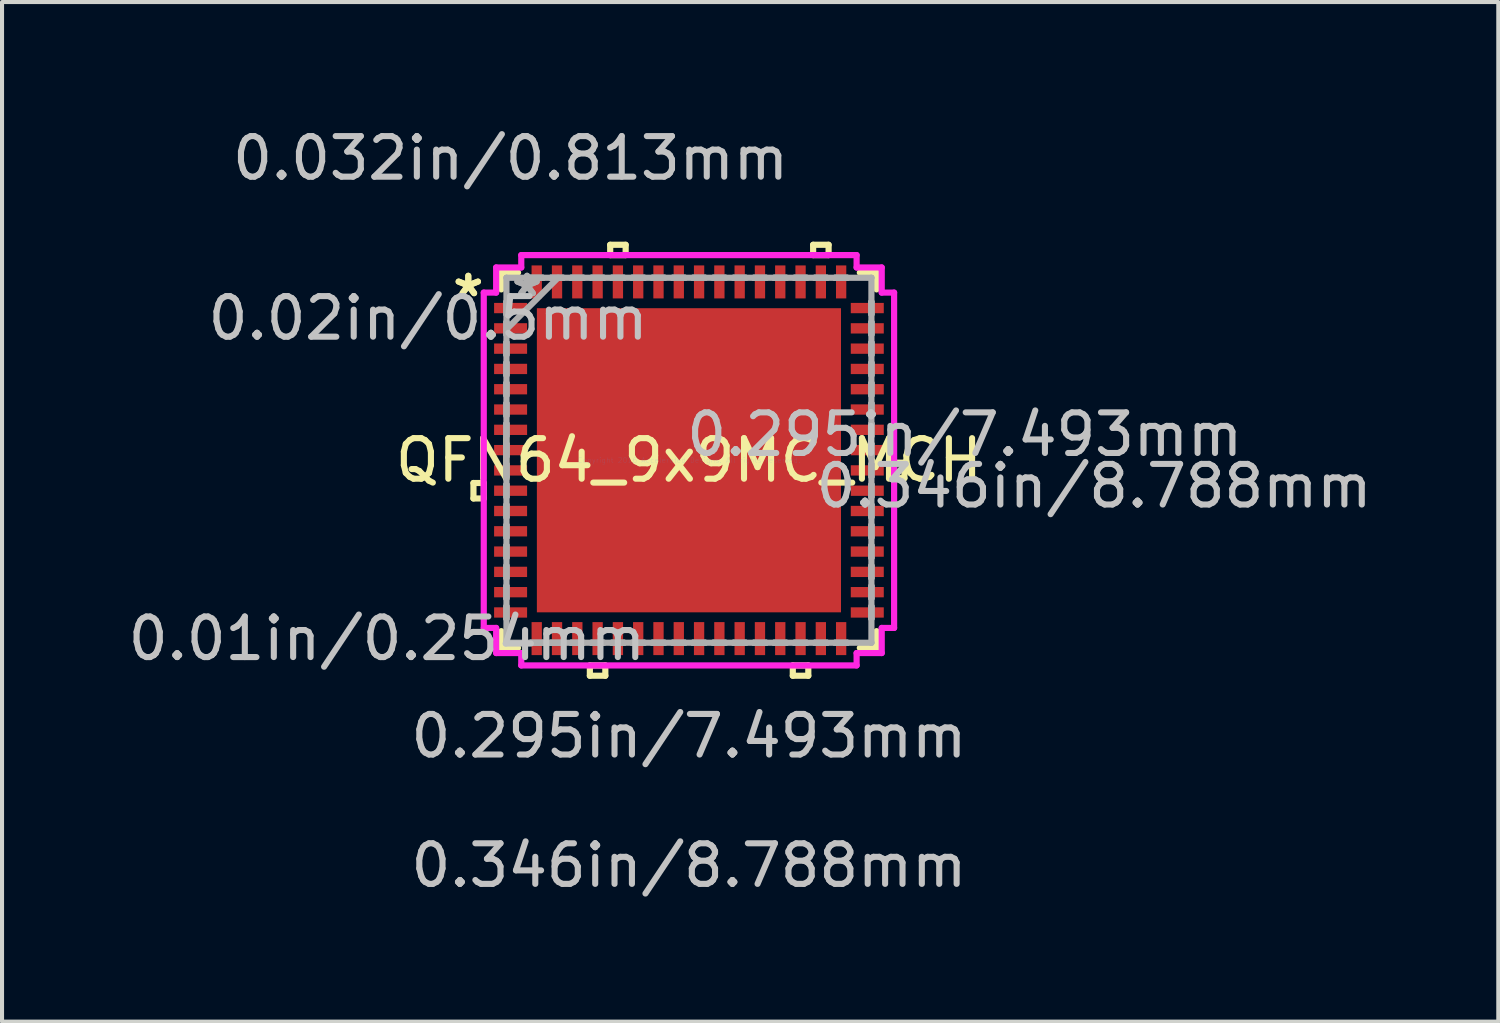
<source format=kicad_pcb>
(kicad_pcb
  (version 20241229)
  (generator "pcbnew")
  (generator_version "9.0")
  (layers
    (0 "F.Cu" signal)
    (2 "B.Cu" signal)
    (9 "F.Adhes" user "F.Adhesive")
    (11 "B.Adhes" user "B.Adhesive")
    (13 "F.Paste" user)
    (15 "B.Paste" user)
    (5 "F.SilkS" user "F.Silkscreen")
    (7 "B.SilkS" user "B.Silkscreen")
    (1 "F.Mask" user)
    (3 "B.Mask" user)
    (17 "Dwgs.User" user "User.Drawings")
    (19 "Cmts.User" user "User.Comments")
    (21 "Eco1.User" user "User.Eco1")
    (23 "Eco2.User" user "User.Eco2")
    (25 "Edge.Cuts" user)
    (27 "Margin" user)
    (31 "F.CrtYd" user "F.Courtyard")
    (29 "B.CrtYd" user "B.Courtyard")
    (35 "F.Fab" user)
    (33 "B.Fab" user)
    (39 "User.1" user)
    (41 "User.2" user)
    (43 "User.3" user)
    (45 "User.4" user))
  (footprint "QFN64_9x9MC_MCH"
    (layer "F.Cu")
    (at 13.924 8.29)
    (property "Reference" "QFN64_9x9MC_MCH" (at 0 0 0) (layer "F.SilkS") (effects (font (size 1 1) (thickness 0.15))))
    (attr smd)
    (fp_line (start -5.309 0.56) (end -5.309 0.941) (stroke (width 0.152) (type solid)) (layer "F.SilkS"))
    (fp_line (start -5.309 0.941) (end -5.055 0.941) (stroke (width 0.152) (type solid)) (layer "F.SilkS"))
    (fp_line (start -5.055 0.56) (end -5.309 0.56) (stroke (width 0.152) (type solid)) (layer "F.SilkS"))
    (fp_line (start -5.055 0.941) (end -5.055 0.56) (stroke (width 0.152) (type solid)) (layer "F.SilkS"))
    (fp_line (start -4.623 -4.623) (end -4.623 -4.21) (stroke (width 0.152) (type solid)) (layer "F.SilkS"))
    (fp_line (start -4.623 4.21) (end -4.623 4.623) (stroke (width 0.152) (type solid)) (layer "F.SilkS"))
    (fp_line (start -4.623 4.623) (end -4.21 4.623) (stroke (width 0.152) (type solid)) (layer "F.SilkS"))
    (fp_line (start -4.21 -4.623) (end -4.623 -4.623) (stroke (width 0.152) (type solid)) (layer "F.SilkS"))
    (fp_line (start -2.441 5.055) (end -2.441 5.309) (stroke (width 0.152) (type solid)) (layer "F.SilkS"))
    (fp_line (start -2.441 5.309) (end -2.06 5.309) (stroke (width 0.152) (type solid)) (layer "F.SilkS"))
    (fp_line (start -2.06 5.055) (end -2.441 5.055) (stroke (width 0.152) (type solid)) (layer "F.SilkS"))
    (fp_line (start -2.06 5.309) (end -2.06 5.055) (stroke (width 0.152) (type solid)) (layer "F.SilkS"))
    (fp_line (start -1.94 -5.309) (end -1.559 -5.309) (stroke (width 0.152) (type solid)) (layer "F.SilkS"))
    (fp_line (start -1.94 -5.055) (end -1.94 -5.309) (stroke (width 0.152) (type solid)) (layer "F.SilkS"))
    (fp_line (start -1.559 -5.309) (end -1.559 -5.055) (stroke (width 0.152) (type solid)) (layer "F.SilkS"))
    (fp_line (start -1.559 -5.055) (end -1.94 -5.055) (stroke (width 0.152) (type solid)) (layer "F.SilkS"))
    (fp_line (start 2.559 5.055) (end 2.559 5.309) (stroke (width 0.152) (type solid)) (layer "F.SilkS"))
    (fp_line (start 2.559 5.309) (end 2.941 5.309) (stroke (width 0.152) (type solid)) (layer "F.SilkS"))
    (fp_line (start 2.941 5.055) (end 2.559 5.055) (stroke (width 0.152) (type solid)) (layer "F.SilkS"))
    (fp_line (start 2.941 5.309) (end 2.941 5.055) (stroke (width 0.152) (type solid)) (layer "F.SilkS"))
    (fp_line (start 3.06 -5.309) (end 3.441 -5.309) (stroke (width 0.152) (type solid)) (layer "F.SilkS"))
    (fp_line (start 3.06 -5.055) (end 3.06 -5.309) (stroke (width 0.152) (type solid)) (layer "F.SilkS"))
    (fp_line (start 3.441 -5.309) (end 3.441 -5.055) (stroke (width 0.152) (type solid)) (layer "F.SilkS"))
    (fp_line (start 3.441 -5.055) (end 3.06 -5.055) (stroke (width 0.152) (type solid)) (layer "F.SilkS"))
    (fp_line (start 4.21 4.623) (end 4.623 4.623) (stroke (width 0.152) (type solid)) (layer "F.SilkS"))
    (fp_line (start 4.623 -4.623) (end 4.21 -4.623) (stroke (width 0.152) (type solid)) (layer "F.SilkS"))
    (fp_line (start 4.623 -4.21) (end 4.623 -4.623) (stroke (width 0.152) (type solid)) (layer "F.SilkS"))
    (fp_line (start 4.623 4.623) (end 4.623 4.21) (stroke (width 0.152) (type solid)) (layer "F.SilkS"))
    (fp_line (start 5.055 0.059) (end 5.309 0.059) (stroke (width 0.152) (type solid)) (layer "F.SilkS"))
    (fp_line (start 5.055 0.441) (end 5.055 0.059) (stroke (width 0.152) (type solid)) (layer "F.SilkS"))
    (fp_line (start 5.309 0.059) (end 5.309 0.441) (stroke (width 0.152) (type solid)) (layer "F.SilkS"))
    (fp_line (start 5.309 0.441) (end 5.055 0.441) (stroke (width 0.152) (type solid)) (layer "F.SilkS"))
    (fp_line (start -3.647 -3.647) (end -3.647 -2.348) (stroke (width 0.152) (type solid)) (layer "F.Paste"))
    (fp_line (start -3.647 -2.348) (end -2.348 -2.348) (stroke (width 0.152) (type solid)) (layer "F.Paste"))
    (fp_line (start -3.647 -2.148) (end -3.647 -0.849) (stroke (width 0.152) (type solid)) (layer "F.Paste"))
    (fp_line (start -3.647 -0.849) (end -2.348 -0.849) (stroke (width 0.152) (type solid)) (layer "F.Paste"))
    (fp_line (start -3.647 -0.649) (end -3.647 0.649) (stroke (width 0.152) (type solid)) (layer "F.Paste"))
    (fp_line (start -3.647 0.649) (end -2.348 0.649) (stroke (width 0.152) (type solid)) (layer "F.Paste"))
    (fp_line (start -3.647 0.849) (end -3.647 2.148) (stroke (width 0.152) (type solid)) (layer "F.Paste"))
    (fp_line (start -3.647 2.148) (end -2.348 2.148) (stroke (width 0.152) (type solid)) (layer "F.Paste"))
    (fp_line (start -3.647 2.348) (end -3.647 3.647) (stroke (width 0.152) (type solid)) (layer "F.Paste"))
    (fp_line (start -3.647 3.647) (end -2.348 3.647) (stroke (width 0.152) (type solid)) (layer "F.Paste"))
    (fp_line (start -2.348 -3.647) (end -3.647 -3.647) (stroke (width 0.152) (type solid)) (layer "F.Paste"))
    (fp_line (start -2.348 -2.348) (end -2.348 -3.647) (stroke (width 0.152) (type solid)) (layer "F.Paste"))
    (fp_line (start -2.348 -2.148) (end -3.647 -2.148) (stroke (width 0.152) (type solid)) (layer "F.Paste"))
    (fp_line (start -2.348 -0.849) (end -2.348 -2.148) (stroke (width 0.152) (type solid)) (layer "F.Paste"))
    (fp_line (start -2.348 -0.649) (end -3.647 -0.649) (stroke (width 0.152) (type solid)) (layer "F.Paste"))
    (fp_line (start -2.348 0.649) (end -2.348 -0.649) (stroke (width 0.152) (type solid)) (layer "F.Paste"))
    (fp_line (start -2.348 0.849) (end -3.647 0.849) (stroke (width 0.152) (type solid)) (layer "F.Paste"))
    (fp_line (start -2.348 2.148) (end -2.348 0.849) (stroke (width 0.152) (type solid)) (layer "F.Paste"))
    (fp_line (start -2.348 2.348) (end -3.647 2.348) (stroke (width 0.152) (type solid)) (layer "F.Paste"))
    (fp_line (start -2.348 3.647) (end -2.348 2.348) (stroke (width 0.152) (type solid)) (layer "F.Paste"))
    (fp_line (start -2.148 -3.647) (end -2.148 -2.348) (stroke (width 0.152) (type solid)) (layer "F.Paste"))
    (fp_line (start -2.148 -2.348) (end -0.849 -2.348) (stroke (width 0.152) (type solid)) (layer "F.Paste"))
    (fp_line (start -2.148 -2.148) (end -2.148 -0.849) (stroke (width 0.152) (type solid)) (layer "F.Paste"))
    (fp_line (start -2.148 -0.849) (end -0.849 -0.849) (stroke (width 0.152) (type solid)) (layer "F.Paste"))
    (fp_line (start -2.148 -0.649) (end -2.148 0.649) (stroke (width 0.152) (type solid)) (layer "F.Paste"))
    (fp_line (start -2.148 0.649) (end -0.849 0.649) (stroke (width 0.152) (type solid)) (layer "F.Paste"))
    (fp_line (start -2.148 0.849) (end -2.148 2.148) (stroke (width 0.152) (type solid)) (layer "F.Paste"))
    (fp_line (start -2.148 2.148) (end -0.849 2.148) (stroke (width 0.152) (type solid)) (layer "F.Paste"))
    (fp_line (start -2.148 2.348) (end -2.148 3.647) (stroke (width 0.152) (type solid)) (layer "F.Paste"))
    (fp_line (start -2.148 3.647) (end -0.849 3.647) (stroke (width 0.152) (type solid)) (layer "F.Paste"))
    (fp_line (start -0.849 -3.647) (end -2.148 -3.647) (stroke (width 0.152) (type solid)) (layer "F.Paste"))
    (fp_line (start -0.849 -2.348) (end -0.849 -3.647) (stroke (width 0.152) (type solid)) (layer "F.Paste"))
    (fp_line (start -0.849 -2.148) (end -2.148 -2.148) (stroke (width 0.152) (type solid)) (layer "F.Paste"))
    (fp_line (start -0.849 -0.849) (end -0.849 -2.148) (stroke (width 0.152) (type solid)) (layer "F.Paste"))
    (fp_line (start -0.849 -0.649) (end -2.148 -0.649) (stroke (width 0.152) (type solid)) (layer "F.Paste"))
    (fp_line (start -0.849 0.649) (end -0.849 -0.649) (stroke (width 0.152) (type solid)) (layer "F.Paste"))
    (fp_line (start -0.849 0.849) (end -2.148 0.849) (stroke (width 0.152) (type solid)) (layer "F.Paste"))
    (fp_line (start -0.849 2.148) (end -0.849 0.849) (stroke (width 0.152) (type solid)) (layer "F.Paste"))
    (fp_line (start -0.849 2.348) (end -2.148 2.348) (stroke (width 0.152) (type solid)) (layer "F.Paste"))
    (fp_line (start -0.849 3.647) (end -0.849 2.348) (stroke (width 0.152) (type solid)) (layer "F.Paste"))
    (fp_line (start -0.649 -3.647) (end -0.649 -2.348) (stroke (width 0.152) (type solid)) (layer "F.Paste"))
    (fp_line (start -0.649 -2.348) (end 0.649 -2.348) (stroke (width 0.152) (type solid)) (layer "F.Paste"))
    (fp_line (start -0.649 -2.148) (end -0.649 -0.849) (stroke (width 0.152) (type solid)) (layer "F.Paste"))
    (fp_line (start -0.649 -0.849) (end 0.649 -0.849) (stroke (width 0.152) (type solid)) (layer "F.Paste"))
    (fp_line (start -0.649 -0.649) (end -0.649 0.649) (stroke (width 0.152) (type solid)) (layer "F.Paste"))
    (fp_line (start -0.649 0.649) (end 0.649 0.649) (stroke (width 0.152) (type solid)) (layer "F.Paste"))
    (fp_line (start -0.649 0.849) (end -0.649 2.148) (stroke (width 0.152) (type solid)) (layer "F.Paste"))
    (fp_line (start -0.649 2.148) (end 0.649 2.148) (stroke (width 0.152) (type solid)) (layer "F.Paste"))
    (fp_line (start -0.649 2.348) (end -0.649 3.647) (stroke (width 0.152) (type solid)) (layer "F.Paste"))
    (fp_line (start -0.649 3.647) (end 0.649 3.647) (stroke (width 0.152) (type solid)) (layer "F.Paste"))
    (fp_line (start 0.649 -3.647) (end -0.649 -3.647) (stroke (width 0.152) (type solid)) (layer "F.Paste"))
    (fp_line (start 0.649 -2.348) (end 0.649 -3.647) (stroke (width 0.152) (type solid)) (layer "F.Paste"))
    (fp_line (start 0.649 -2.148) (end -0.649 -2.148) (stroke (width 0.152) (type solid)) (layer "F.Paste"))
    (fp_line (start 0.649 -0.849) (end 0.649 -2.148) (stroke (width 0.152) (type solid)) (layer "F.Paste"))
    (fp_line (start 0.649 -0.649) (end -0.649 -0.649) (stroke (width 0.152) (type solid)) (layer "F.Paste"))
    (fp_line (start 0.649 0.649) (end 0.649 -0.649) (stroke (width 0.152) (type solid)) (layer "F.Paste"))
    (fp_line (start 0.649 0.849) (end -0.649 0.849) (stroke (width 0.152) (type solid)) (layer "F.Paste"))
    (fp_line (start 0.649 2.148) (end 0.649 0.849) (stroke (width 0.152) (type solid)) (layer "F.Paste"))
    (fp_line (start 0.649 2.348) (end -0.649 2.348) (stroke (width 0.152) (type solid)) (layer "F.Paste"))
    (fp_line (start 0.649 3.647) (end 0.649 2.348) (stroke (width 0.152) (type solid)) (layer "F.Paste"))
    (fp_line (start 0.849 -3.647) (end 0.849 -2.348) (stroke (width 0.152) (type solid)) (layer "F.Paste"))
    (fp_line (start 0.849 -2.348) (end 2.148 -2.348) (stroke (width 0.152) (type solid)) (layer "F.Paste"))
    (fp_line (start 0.849 -2.148) (end 0.849 -0.849) (stroke (width 0.152) (type solid)) (layer "F.Paste"))
    (fp_line (start 0.849 -0.849) (end 2.148 -0.849) (stroke (width 0.152) (type solid)) (layer "F.Paste"))
    (fp_line (start 0.849 -0.649) (end 0.849 0.649) (stroke (width 0.152) (type solid)) (layer "F.Paste"))
    (fp_line (start 0.849 0.649) (end 2.148 0.649) (stroke (width 0.152) (type solid)) (layer "F.Paste"))
    (fp_line (start 0.849 0.849) (end 0.849 2.148) (stroke (width 0.152) (type solid)) (layer "F.Paste"))
    (fp_line (start 0.849 2.148) (end 2.148 2.148) (stroke (width 0.152) (type solid)) (layer "F.Paste"))
    (fp_line (start 0.849 2.348) (end 0.849 3.647) (stroke (width 0.152) (type solid)) (layer "F.Paste"))
    (fp_line (start 0.849 3.647) (end 2.148 3.647) (stroke (width 0.152) (type solid)) (layer "F.Paste"))
    (fp_line (start 2.148 -3.647) (end 0.849 -3.647) (stroke (width 0.152) (type solid)) (layer "F.Paste"))
    (fp_line (start 2.148 -2.348) (end 2.148 -3.647) (stroke (width 0.152) (type solid)) (layer "F.Paste"))
    (fp_line (start 2.148 -2.148) (end 0.849 -2.148) (stroke (width 0.152) (type solid)) (layer "F.Paste"))
    (fp_line (start 2.148 -0.849) (end 2.148 -2.148) (stroke (width 0.152) (type solid)) (layer "F.Paste"))
    (fp_line (start 2.148 -0.649) (end 0.849 -0.649) (stroke (width 0.152) (type solid)) (layer "F.Paste"))
    (fp_line (start 2.148 0.649) (end 2.148 -0.649) (stroke (width 0.152) (type solid)) (layer "F.Paste"))
    (fp_line (start 2.148 0.849) (end 0.849 0.849) (stroke (width 0.152) (type solid)) (layer "F.Paste"))
    (fp_line (start 2.148 2.148) (end 2.148 0.849) (stroke (width 0.152) (type solid)) (layer "F.Paste"))
    (fp_line (start 2.148 2.348) (end 0.849 2.348) (stroke (width 0.152) (type solid)) (layer "F.Paste"))
    (fp_line (start 2.148 3.647) (end 2.148 2.348) (stroke (width 0.152) (type solid)) (layer "F.Paste"))
    (fp_line (start 2.348 -3.647) (end 2.348 -2.348) (stroke (width 0.152) (type solid)) (layer "F.Paste"))
    (fp_line (start 2.348 -2.348) (end 3.647 -2.348) (stroke (width 0.152) (type solid)) (layer "F.Paste"))
    (fp_line (start 2.348 -2.148) (end 2.348 -0.849) (stroke (width 0.152) (type solid)) (layer "F.Paste"))
    (fp_line (start 2.348 -0.849) (end 3.647 -0.849) (stroke (width 0.152) (type solid)) (layer "F.Paste"))
    (fp_line (start 2.348 -0.649) (end 2.348 0.649) (stroke (width 0.152) (type solid)) (layer "F.Paste"))
    (fp_line (start 2.348 0.649) (end 3.647 0.649) (stroke (width 0.152) (type solid)) (layer "F.Paste"))
    (fp_line (start 2.348 0.849) (end 2.348 2.148) (stroke (width 0.152) (type solid)) (layer "F.Paste"))
    (fp_line (start 2.348 2.148) (end 3.647 2.148) (stroke (width 0.152) (type solid)) (layer "F.Paste"))
    (fp_line (start 2.348 2.348) (end 2.348 3.647) (stroke (width 0.152) (type solid)) (layer "F.Paste"))
    (fp_line (start 2.348 3.647) (end 3.647 3.647) (stroke (width 0.152) (type solid)) (layer "F.Paste"))
    (fp_line (start 3.647 -3.647) (end 2.348 -3.647) (stroke (width 0.152) (type solid)) (layer "F.Paste"))
    (fp_line (start 3.647 -2.348) (end 3.647 -3.647) (stroke (width 0.152) (type solid)) (layer "F.Paste"))
    (fp_line (start 3.647 -2.148) (end 2.348 -2.148) (stroke (width 0.152) (type solid)) (layer "F.Paste"))
    (fp_line (start 3.647 -0.849) (end 3.647 -2.148) (stroke (width 0.152) (type solid)) (layer "F.Paste"))
    (fp_line (start 3.647 -0.649) (end 2.348 -0.649) (stroke (width 0.152) (type solid)) (layer "F.Paste"))
    (fp_line (start 3.647 0.649) (end 3.647 -0.649) (stroke (width 0.152) (type solid)) (layer "F.Paste"))
    (fp_line (start 3.647 0.849) (end 2.348 0.849) (stroke (width 0.152) (type solid)) (layer "F.Paste"))
    (fp_line (start 3.647 2.148) (end 3.647 0.849) (stroke (width 0.152) (type solid)) (layer "F.Paste"))
    (fp_line (start 3.647 2.348) (end 2.348 2.348) (stroke (width 0.152) (type solid)) (layer "F.Paste"))
    (fp_line (start 3.647 3.647) (end 3.647 2.348) (stroke (width 0.152) (type solid)) (layer "F.Paste"))
    (fp_line (start -5.055 -4.131) (end -4.75 -4.131) (stroke (width 0.152) (type solid)) (layer "F.CrtYd"))
    (fp_line (start -5.055 4.131) (end -5.055 -4.131) (stroke (width 0.152) (type solid)) (layer "F.CrtYd"))
    (fp_line (start -4.75 -4.75) (end -4.131 -4.75) (stroke (width 0.152) (type solid)) (layer "F.CrtYd"))
    (fp_line (start -4.75 -4.131) (end -4.75 -4.75) (stroke (width 0.152) (type solid)) (layer "F.CrtYd"))
    (fp_line (start -4.75 4.131) (end -5.055 4.131) (stroke (width 0.152) (type solid)) (layer "F.CrtYd"))
    (fp_line (start -4.75 4.75) (end -4.75 4.131) (stroke (width 0.152) (type solid)) (layer "F.CrtYd"))
    (fp_line (start -4.131 -5.055) (end 4.131 -5.055) (stroke (width 0.152) (type solid)) (layer "F.CrtYd"))
    (fp_line (start -4.131 -4.75) (end -4.131 -5.055) (stroke (width 0.152) (type solid)) (layer "F.CrtYd"))
    (fp_line (start -4.131 4.75) (end -4.75 4.75) (stroke (width 0.152) (type solid)) (layer "F.CrtYd"))
    (fp_line (start -4.131 5.055) (end -4.131 4.75) (stroke (width 0.152) (type solid)) (layer "F.CrtYd"))
    (fp_line (start 4.131 -5.055) (end 4.131 -4.75) (stroke (width 0.152) (type solid)) (layer "F.CrtYd"))
    (fp_line (start 4.131 -4.75) (end 4.75 -4.75) (stroke (width 0.152) (type solid)) (layer "F.CrtYd"))
    (fp_line (start 4.131 4.75) (end 4.131 5.055) (stroke (width 0.152) (type solid)) (layer "F.CrtYd"))
    (fp_line (start 4.131 5.055) (end -4.131 5.055) (stroke (width 0.152) (type solid)) (layer "F.CrtYd"))
    (fp_line (start 4.75 -4.75) (end 4.75 -4.131) (stroke (width 0.152) (type solid)) (layer "F.CrtYd"))
    (fp_line (start 4.75 -4.131) (end 5.055 -4.131) (stroke (width 0.152) (type solid)) (layer "F.CrtYd"))
    (fp_line (start 4.75 4.131) (end 4.75 4.75) (stroke (width 0.152) (type solid)) (layer "F.CrtYd"))
    (fp_line (start 4.75 4.75) (end 4.131 4.75) (stroke (width 0.152) (type solid)) (layer "F.CrtYd"))
    (fp_line (start 5.055 -4.131) (end 5.055 4.131) (stroke (width 0.152) (type solid)) (layer "F.CrtYd"))
    (fp_line (start 5.055 4.131) (end 4.75 4.131) (stroke (width 0.152) (type solid)) (layer "F.CrtYd"))
    (fp_line (start -4.496 -4.496) (end -4.496 -4.496) (stroke (width 0.152) (type solid)) (layer "F.Fab"))
    (fp_line (start -4.496 -4.496) (end -4.496 4.496) (stroke (width 0.152) (type solid)) (layer "F.Fab"))
    (fp_line (start -4.496 -3.902) (end -4.496 -3.902) (stroke (width 0.152) (type solid)) (layer "F.Fab"))
    (fp_line (start -4.496 -3.902) (end -4.496 -3.598) (stroke (width 0.152) (type solid)) (layer "F.Fab"))
    (fp_line (start -4.496 -3.598) (end -4.496 -3.902) (stroke (width 0.152) (type solid)) (layer "F.Fab"))
    (fp_line (start -4.496 -3.598) (end -4.496 -3.598) (stroke (width 0.152) (type solid)) (layer "F.Fab"))
    (fp_line (start -4.496 -3.402) (end -4.496 -3.402) (stroke (width 0.152) (type solid)) (layer "F.Fab"))
    (fp_line (start -4.496 -3.402) (end -4.496 -3.098) (stroke (width 0.152) (type solid)) (layer "F.Fab"))
    (fp_line (start -4.496 -3.226) (end -3.226 -4.496) (stroke (width 0.152) (type solid)) (layer "F.Fab"))
    (fp_line (start -4.496 -3.098) (end -4.496 -3.402) (stroke (width 0.152) (type solid)) (layer "F.Fab"))
    (fp_line (start -4.496 -3.098) (end -4.496 -3.098) (stroke (width 0.152) (type solid)) (layer "F.Fab"))
    (fp_line (start -4.496 -2.902) (end -4.496 -2.902) (stroke (width 0.152) (type solid)) (layer "F.Fab"))
    (fp_line (start -4.496 -2.902) (end -4.496 -2.598) (stroke (width 0.152) (type solid)) (layer "F.Fab"))
    (fp_line (start -4.496 -2.598) (end -4.496 -2.902) (stroke (width 0.152) (type solid)) (layer "F.Fab"))
    (fp_line (start -4.496 -2.598) (end -4.496 -2.598) (stroke (width 0.152) (type solid)) (layer "F.Fab"))
    (fp_line (start -4.496 -2.402) (end -4.496 -2.402) (stroke (width 0.152) (type solid)) (layer "F.Fab"))
    (fp_line (start -4.496 -2.402) (end -4.496 -2.098) (stroke (width 0.152) (type solid)) (layer "F.Fab"))
    (fp_line (start -4.496 -2.098) (end -4.496 -2.402) (stroke (width 0.152) (type solid)) (layer "F.Fab"))
    (fp_line (start -4.496 -2.098) (end -4.496 -2.098) (stroke (width 0.152) (type solid)) (layer "F.Fab"))
    (fp_line (start -4.496 -1.902) (end -4.496 -1.902) (stroke (width 0.152) (type solid)) (layer "F.Fab"))
    (fp_line (start -4.496 -1.902) (end -4.496 -1.598) (stroke (width 0.152) (type solid)) (layer "F.Fab"))
    (fp_line (start -4.496 -1.598) (end -4.496 -1.902) (stroke (width 0.152) (type solid)) (layer "F.Fab"))
    (fp_line (start -4.496 -1.598) (end -4.496 -1.598) (stroke (width 0.152) (type solid)) (layer "F.Fab"))
    (fp_line (start -4.496 -1.402) (end -4.496 -1.402) (stroke (width 0.152) (type solid)) (layer "F.Fab"))
    (fp_line (start -4.496 -1.402) (end -4.496 -1.098) (stroke (width 0.152) (type solid)) (layer "F.Fab"))
    (fp_line (start -4.496 -1.098) (end -4.496 -1.402) (stroke (width 0.152) (type solid)) (layer "F.Fab"))
    (fp_line (start -4.496 -1.098) (end -4.496 -1.098) (stroke (width 0.152) (type solid)) (layer "F.Fab"))
    (fp_line (start -4.496 -0.902) (end -4.496 -0.902) (stroke (width 0.152) (type solid)) (layer "F.Fab"))
    (fp_line (start -4.496 -0.902) (end -4.496 -0.598) (stroke (width 0.152) (type solid)) (layer "F.Fab"))
    (fp_line (start -4.496 -0.598) (end -4.496 -0.902) (stroke (width 0.152) (type solid)) (layer "F.Fab"))
    (fp_line (start -4.496 -0.598) (end -4.496 -0.598) (stroke (width 0.152) (type solid)) (layer "F.Fab"))
    (fp_line (start -4.496 -0.402) (end -4.496 -0.402) (stroke (width 0.152) (type solid)) (layer "F.Fab"))
    (fp_line (start -4.496 -0.402) (end -4.496 -0.098) (stroke (width 0.152) (type solid)) (layer "F.Fab"))
    (fp_line (start -4.496 -0.098) (end -4.496 -0.402) (stroke (width 0.152) (type solid)) (layer "F.Fab"))
    (fp_line (start -4.496 -0.098) (end -4.496 -0.098) (stroke (width 0.152) (type solid)) (layer "F.Fab"))
    (fp_line (start -4.496 0.098) (end -4.496 0.098) (stroke (width 0.152) (type solid)) (layer "F.Fab"))
    (fp_line (start -4.496 0.098) (end -4.496 0.402) (stroke (width 0.152) (type solid)) (layer "F.Fab"))
    (fp_line (start -4.496 0.402) (end -4.496 0.098) (stroke (width 0.152) (type solid)) (layer "F.Fab"))
    (fp_line (start -4.496 0.402) (end -4.496 0.402) (stroke (width 0.152) (type solid)) (layer "F.Fab"))
    (fp_line (start -4.496 0.598) (end -4.496 0.598) (stroke (width 0.152) (type solid)) (layer "F.Fab"))
    (fp_line (start -4.496 0.598) (end -4.496 0.902) (stroke (width 0.152) (type solid)) (layer "F.Fab"))
    (fp_line (start -4.496 0.902) (end -4.496 0.598) (stroke (width 0.152) (type solid)) (layer "F.Fab"))
    (fp_line (start -4.496 0.902) (end -4.496 0.902) (stroke (width 0.152) (type solid)) (layer "F.Fab"))
    (fp_line (start -4.496 1.098) (end -4.496 1.098) (stroke (width 0.152) (type solid)) (layer "F.Fab"))
    (fp_line (start -4.496 1.098) (end -4.496 1.402) (stroke (width 0.152) (type solid)) (layer "F.Fab"))
    (fp_line (start -4.496 1.402) (end -4.496 1.098) (stroke (width 0.152) (type solid)) (layer "F.Fab"))
    (fp_line (start -4.496 1.402) (end -4.496 1.402) (stroke (width 0.152) (type solid)) (layer "F.Fab"))
    (fp_line (start -4.496 1.598) (end -4.496 1.598) (stroke (width 0.152) (type solid)) (layer "F.Fab"))
    (fp_line (start -4.496 1.598) (end -4.496 1.902) (stroke (width 0.152) (type solid)) (layer "F.Fab"))
    (fp_line (start -4.496 1.902) (end -4.496 1.598) (stroke (width 0.152) (type solid)) (layer "F.Fab"))
    (fp_line (start -4.496 1.902) (end -4.496 1.902) (stroke (width 0.152) (type solid)) (layer "F.Fab"))
    (fp_line (start -4.496 2.098) (end -4.496 2.098) (stroke (width 0.152) (type solid)) (layer "F.Fab"))
    (fp_line (start -4.496 2.098) (end -4.496 2.402) (stroke (width 0.152) (type solid)) (layer "F.Fab"))
    (fp_line (start -4.496 2.402) (end -4.496 2.098) (stroke (width 0.152) (type solid)) (layer "F.Fab"))
    (fp_line (start -4.496 2.402) (end -4.496 2.402) (stroke (width 0.152) (type solid)) (layer "F.Fab"))
    (fp_line (start -4.496 2.598) (end -4.496 2.598) (stroke (width 0.152) (type solid)) (layer "F.Fab"))
    (fp_line (start -4.496 2.598) (end -4.496 2.902) (stroke (width 0.152) (type solid)) (layer "F.Fab"))
    (fp_line (start -4.496 2.902) (end -4.496 2.598) (stroke (width 0.152) (type solid)) (layer "F.Fab"))
    (fp_line (start -4.496 2.902) (end -4.496 2.902) (stroke (width 0.152) (type solid)) (layer "F.Fab"))
    (fp_line (start -4.496 3.098) (end -4.496 3.098) (stroke (width 0.152) (type solid)) (layer "F.Fab"))
    (fp_line (start -4.496 3.098) (end -4.496 3.402) (stroke (width 0.152) (type solid)) (layer "F.Fab"))
    (fp_line (start -4.496 3.402) (end -4.496 3.098) (stroke (width 0.152) (type solid)) (layer "F.Fab"))
    (fp_line (start -4.496 3.402) (end -4.496 3.402) (stroke (width 0.152) (type solid)) (layer "F.Fab"))
    (fp_line (start -4.496 3.598) (end -4.496 3.598) (stroke (width 0.152) (type solid)) (layer "F.Fab"))
    (fp_line (start -4.496 3.598) (end -4.496 3.902) (stroke (width 0.152) (type solid)) (layer "F.Fab"))
    (fp_line (start -4.496 3.902) (end -4.496 3.598) (stroke (width 0.152) (type solid)) (layer "F.Fab"))
    (fp_line (start -4.496 3.902) (end -4.496 3.902) (stroke (width 0.152) (type solid)) (layer "F.Fab"))
    (fp_line (start -4.496 4.496) (end -4.496 4.496) (stroke (width 0.152) (type solid)) (layer "F.Fab"))
    (fp_line (start -4.496 4.496) (end 4.496 4.496) (stroke (width 0.152) (type solid)) (layer "F.Fab"))
    (fp_line (start -3.902 -4.496) (end -3.902 -4.496) (stroke (width 0.152) (type solid)) (layer "F.Fab"))
    (fp_line (start -3.902 -4.496) (end -3.598 -4.496) (stroke (width 0.152) (type solid)) (layer "F.Fab"))
    (fp_line (start -3.902 4.496) (end -3.902 4.496) (stroke (width 0.152) (type solid)) (layer "F.Fab"))
    (fp_line (start -3.902 4.496) (end -3.598 4.496) (stroke (width 0.152) (type solid)) (layer "F.Fab"))
    (fp_line (start -3.598 -4.496) (end -3.902 -4.496) (stroke (width 0.152) (type solid)) (layer "F.Fab"))
    (fp_line (start -3.598 -4.496) (end -3.598 -4.496) (stroke (width 0.152) (type solid)) (layer "F.Fab"))
    (fp_line (start -3.598 4.496) (end -3.902 4.496) (stroke (width 0.152) (type solid)) (layer "F.Fab"))
    (fp_line (start -3.598 4.496) (end -3.598 4.496) (stroke (width 0.152) (type solid)) (layer "F.Fab"))
    (fp_line (start -3.402 -4.496) (end -3.402 -4.496) (stroke (width 0.152) (type solid)) (layer "F.Fab"))
    (fp_line (start -3.402 -4.496) (end -3.098 -4.496) (stroke (width 0.152) (type solid)) (layer "F.Fab"))
    (fp_line (start -3.402 4.496) (end -3.402 4.496) (stroke (width 0.152) (type solid)) (layer "F.Fab"))
    (fp_line (start -3.402 4.496) (end -3.098 4.496) (stroke (width 0.152) (type solid)) (layer "F.Fab"))
    (fp_line (start -3.098 -4.496) (end -3.402 -4.496) (stroke (width 0.152) (type solid)) (layer "F.Fab"))
    (fp_line (start -3.098 -4.496) (end -3.098 -4.496) (stroke (width 0.152) (type solid)) (layer "F.Fab"))
    (fp_line (start -3.098 4.496) (end -3.402 4.496) (stroke (width 0.152) (type solid)) (layer "F.Fab"))
    (fp_line (start -3.098 4.496) (end -3.098 4.496) (stroke (width 0.152) (type solid)) (layer "F.Fab"))
    (fp_line (start -2.902 -4.496) (end -2.902 -4.496) (stroke (width 0.152) (type solid)) (layer "F.Fab"))
    (fp_line (start -2.902 -4.496) (end -2.598 -4.496) (stroke (width 0.152) (type solid)) (layer "F.Fab"))
    (fp_line (start -2.902 4.496) (end -2.902 4.496) (stroke (width 0.152) (type solid)) (layer "F.Fab"))
    (fp_line (start -2.902 4.496) (end -2.598 4.496) (stroke (width 0.152) (type solid)) (layer "F.Fab"))
    (fp_line (start -2.598 -4.496) (end -2.902 -4.496) (stroke (width 0.152) (type solid)) (layer "F.Fab"))
    (fp_line (start -2.598 -4.496) (end -2.598 -4.496) (stroke (width 0.152) (type solid)) (layer "F.Fab"))
    (fp_line (start -2.598 4.496) (end -2.902 4.496) (stroke (width 0.152) (type solid)) (layer "F.Fab"))
    (fp_line (start -2.598 4.496) (end -2.598 4.496) (stroke (width 0.152) (type solid)) (layer "F.Fab"))
    (fp_line (start -2.402 -4.496) (end -2.402 -4.496) (stroke (width 0.152) (type solid)) (layer "F.Fab"))
    (fp_line (start -2.402 -4.496) (end -2.098 -4.496) (stroke (width 0.152) (type solid)) (layer "F.Fab"))
    (fp_line (start -2.402 4.496) (end -2.402 4.496) (stroke (width 0.152) (type solid)) (layer "F.Fab"))
    (fp_line (start -2.402 4.496) (end -2.098 4.496) (stroke (width 0.152) (type solid)) (layer "F.Fab"))
    (fp_line (start -2.098 -4.496) (end -2.402 -4.496) (stroke (width 0.152) (type solid)) (layer "F.Fab"))
    (fp_line (start -2.098 -4.496) (end -2.098 -4.496) (stroke (width 0.152) (type solid)) (layer "F.Fab"))
    (fp_line (start -2.098 4.496) (end -2.402 4.496) (stroke (width 0.152) (type solid)) (layer "F.Fab"))
    (fp_line (start -2.098 4.496) (end -2.098 4.496) (stroke (width 0.152) (type solid)) (layer "F.Fab"))
    (fp_line (start -1.902 -4.496) (end -1.902 -4.496) (stroke (width 0.152) (type solid)) (layer "F.Fab"))
    (fp_line (start -1.902 -4.496) (end -1.598 -4.496) (stroke (width 0.152) (type solid)) (layer "F.Fab"))
    (fp_line (start -1.902 4.496) (end -1.902 4.496) (stroke (width 0.152) (type solid)) (layer "F.Fab"))
    (fp_line (start -1.902 4.496) (end -1.598 4.496) (stroke (width 0.152) (type solid)) (layer "F.Fab"))
    (fp_line (start -1.598 -4.496) (end -1.902 -4.496) (stroke (width 0.152) (type solid)) (layer "F.Fab"))
    (fp_line (start -1.598 -4.496) (end -1.598 -4.496) (stroke (width 0.152) (type solid)) (layer "F.Fab"))
    (fp_line (start -1.598 4.496) (end -1.902 4.496) (stroke (width 0.152) (type solid)) (layer "F.Fab"))
    (fp_line (start -1.598 4.496) (end -1.598 4.496) (stroke (width 0.152) (type solid)) (layer "F.Fab"))
    (fp_line (start -1.402 -4.496) (end -1.402 -4.496) (stroke (width 0.152) (type solid)) (layer "F.Fab"))
    (fp_line (start -1.402 -4.496) (end -1.098 -4.496) (stroke (width 0.152) (type solid)) (layer "F.Fab"))
    (fp_line (start -1.402 4.496) (end -1.402 4.496) (stroke (width 0.152) (type solid)) (layer "F.Fab"))
    (fp_line (start -1.402 4.496) (end -1.098 4.496) (stroke (width 0.152) (type solid)) (layer "F.Fab"))
    (fp_line (start -1.098 -4.496) (end -1.402 -4.496) (stroke (width 0.152) (type solid)) (layer "F.Fab"))
    (fp_line (start -1.098 -4.496) (end -1.098 -4.496) (stroke (width 0.152) (type solid)) (layer "F.Fab"))
    (fp_line (start -1.098 4.496) (end -1.402 4.496) (stroke (width 0.152) (type solid)) (layer "F.Fab"))
    (fp_line (start -1.098 4.496) (end -1.098 4.496) (stroke (width 0.152) (type solid)) (layer "F.Fab"))
    (fp_line (start -0.902 -4.496) (end -0.902 -4.496) (stroke (width 0.152) (type solid)) (layer "F.Fab"))
    (fp_line (start -0.902 -4.496) (end -0.598 -4.496) (stroke (width 0.152) (type solid)) (layer "F.Fab"))
    (fp_line (start -0.902 4.496) (end -0.902 4.496) (stroke (width 0.152) (type solid)) (layer "F.Fab"))
    (fp_line (start -0.902 4.496) (end -0.598 4.496) (stroke (width 0.152) (type solid)) (layer "F.Fab"))
    (fp_line (start -0.598 -4.496) (end -0.902 -4.496) (stroke (width 0.152) (type solid)) (layer "F.Fab"))
    (fp_line (start -0.598 -4.496) (end -0.598 -4.496) (stroke (width 0.152) (type solid)) (layer "F.Fab"))
    (fp_line (start -0.598 4.496) (end -0.902 4.496) (stroke (width 0.152) (type solid)) (layer "F.Fab"))
    (fp_line (start -0.598 4.496) (end -0.598 4.496) (stroke (width 0.152) (type solid)) (layer "F.Fab"))
    (fp_line (start -0.402 -4.496) (end -0.402 -4.496) (stroke (width 0.152) (type solid)) (layer "F.Fab"))
    (fp_line (start -0.402 -4.496) (end -0.098 -4.496) (stroke (width 0.152) (type solid)) (layer "F.Fab"))
    (fp_line (start -0.402 4.496) (end -0.402 4.496) (stroke (width 0.152) (type solid)) (layer "F.Fab"))
    (fp_line (start -0.402 4.496) (end -0.098 4.496) (stroke (width 0.152) (type solid)) (layer "F.Fab"))
    (fp_line (start -0.098 -4.496) (end -0.402 -4.496) (stroke (width 0.152) (type solid)) (layer "F.Fab"))
    (fp_line (start -0.098 -4.496) (end -0.098 -4.496) (stroke (width 0.152) (type solid)) (layer "F.Fab"))
    (fp_line (start -0.098 4.496) (end -0.402 4.496) (stroke (width 0.152) (type solid)) (layer "F.Fab"))
    (fp_line (start -0.098 4.496) (end -0.098 4.496) (stroke (width 0.152) (type solid)) (layer "F.Fab"))
    (fp_line (start 0.098 -4.496) (end 0.098 -4.496) (stroke (width 0.152) (type solid)) (layer "F.Fab"))
    (fp_line (start 0.098 -4.496) (end 0.402 -4.496) (stroke (width 0.152) (type solid)) (layer "F.Fab"))
    (fp_line (start 0.098 4.496) (end 0.098 4.496) (stroke (width 0.152) (type solid)) (layer "F.Fab"))
    (fp_line (start 0.098 4.496) (end 0.402 4.496) (stroke (width 0.152) (type solid)) (layer "F.Fab"))
    (fp_line (start 0.402 -4.496) (end 0.098 -4.496) (stroke (width 0.152) (type solid)) (layer "F.Fab"))
    (fp_line (start 0.402 -4.496) (end 0.402 -4.496) (stroke (width 0.152) (type solid)) (layer "F.Fab"))
    (fp_line (start 0.402 4.496) (end 0.098 4.496) (stroke (width 0.152) (type solid)) (layer "F.Fab"))
    (fp_line (start 0.402 4.496) (end 0.402 4.496) (stroke (width 0.152) (type solid)) (layer "F.Fab"))
    (fp_line (start 0.598 -4.496) (end 0.598 -4.496) (stroke (width 0.152) (type solid)) (layer "F.Fab"))
    (fp_line (start 0.598 -4.496) (end 0.902 -4.496) (stroke (width 0.152) (type solid)) (layer "F.Fab"))
    (fp_line (start 0.598 4.496) (end 0.598 4.496) (stroke (width 0.152) (type solid)) (layer "F.Fab"))
    (fp_line (start 0.598 4.496) (end 0.902 4.496) (stroke (width 0.152) (type solid)) (layer "F.Fab"))
    (fp_line (start 0.902 -4.496) (end 0.598 -4.496) (stroke (width 0.152) (type solid)) (layer "F.Fab"))
    (fp_line (start 0.902 -4.496) (end 0.902 -4.496) (stroke (width 0.152) (type solid)) (layer "F.Fab"))
    (fp_line (start 0.902 4.496) (end 0.598 4.496) (stroke (width 0.152) (type solid)) (layer "F.Fab"))
    (fp_line (start 0.902 4.496) (end 0.902 4.496) (stroke (width 0.152) (type solid)) (layer "F.Fab"))
    (fp_line (start 1.098 -4.496) (end 1.098 -4.496) (stroke (width 0.152) (type solid)) (layer "F.Fab"))
    (fp_line (start 1.098 -4.496) (end 1.402 -4.496) (stroke (width 0.152) (type solid)) (layer "F.Fab"))
    (fp_line (start 1.098 4.496) (end 1.098 4.496) (stroke (width 0.152) (type solid)) (layer "F.Fab"))
    (fp_line (start 1.098 4.496) (end 1.402 4.496) (stroke (width 0.152) (type solid)) (layer "F.Fab"))
    (fp_line (start 1.402 -4.496) (end 1.098 -4.496) (stroke (width 0.152) (type solid)) (layer "F.Fab"))
    (fp_line (start 1.402 -4.496) (end 1.402 -4.496) (stroke (width 0.152) (type solid)) (layer "F.Fab"))
    (fp_line (start 1.402 4.496) (end 1.098 4.496) (stroke (width 0.152) (type solid)) (layer "F.Fab"))
    (fp_line (start 1.402 4.496) (end 1.402 4.496) (stroke (width 0.152) (type solid)) (layer "F.Fab"))
    (fp_line (start 1.598 -4.496) (end 1.598 -4.496) (stroke (width 0.152) (type solid)) (layer "F.Fab"))
    (fp_line (start 1.598 -4.496) (end 1.902 -4.496) (stroke (width 0.152) (type solid)) (layer "F.Fab"))
    (fp_line (start 1.598 4.496) (end 1.598 4.496) (stroke (width 0.152) (type solid)) (layer "F.Fab"))
    (fp_line (start 1.598 4.496) (end 1.902 4.496) (stroke (width 0.152) (type solid)) (layer "F.Fab"))
    (fp_line (start 1.902 -4.496) (end 1.598 -4.496) (stroke (width 0.152) (type solid)) (layer "F.Fab"))
    (fp_line (start 1.902 -4.496) (end 1.902 -4.496) (stroke (width 0.152) (type solid)) (layer "F.Fab"))
    (fp_line (start 1.902 4.496) (end 1.598 4.496) (stroke (width 0.152) (type solid)) (layer "F.Fab"))
    (fp_line (start 1.902 4.496) (end 1.902 4.496) (stroke (width 0.152) (type solid)) (layer "F.Fab"))
    (fp_line (start 2.098 -4.496) (end 2.098 -4.496) (stroke (width 0.152) (type solid)) (layer "F.Fab"))
    (fp_line (start 2.098 -4.496) (end 2.402 -4.496) (stroke (width 0.152) (type solid)) (layer "F.Fab"))
    (fp_line (start 2.098 4.496) (end 2.098 4.496) (stroke (width 0.152) (type solid)) (layer "F.Fab"))
    (fp_line (start 2.098 4.496) (end 2.402 4.496) (stroke (width 0.152) (type solid)) (layer "F.Fab"))
    (fp_line (start 2.402 -4.496) (end 2.098 -4.496) (stroke (width 0.152) (type solid)) (layer "F.Fab"))
    (fp_line (start 2.402 -4.496) (end 2.402 -4.496) (stroke (width 0.152) (type solid)) (layer "F.Fab"))
    (fp_line (start 2.402 4.496) (end 2.098 4.496) (stroke (width 0.152) (type solid)) (layer "F.Fab"))
    (fp_line (start 2.402 4.496) (end 2.402 4.496) (stroke (width 0.152) (type solid)) (layer "F.Fab"))
    (fp_line (start 2.598 -4.496) (end 2.598 -4.496) (stroke (width 0.152) (type solid)) (layer "F.Fab"))
    (fp_line (start 2.598 -4.496) (end 2.902 -4.496) (stroke (width 0.152) (type solid)) (layer "F.Fab"))
    (fp_line (start 2.598 4.496) (end 2.598 4.496) (stroke (width 0.152) (type solid)) (layer "F.Fab"))
    (fp_line (start 2.598 4.496) (end 2.902 4.496) (stroke (width 0.152) (type solid)) (layer "F.Fab"))
    (fp_line (start 2.902 -4.496) (end 2.598 -4.496) (stroke (width 0.152) (type solid)) (layer "F.Fab"))
    (fp_line (start 2.902 -4.496) (end 2.902 -4.496) (stroke (width 0.152) (type solid)) (layer "F.Fab"))
    (fp_line (start 2.902 4.496) (end 2.598 4.496) (stroke (width 0.152) (type solid)) (layer "F.Fab"))
    (fp_line (start 2.902 4.496) (end 2.902 4.496) (stroke (width 0.152) (type solid)) (layer "F.Fab"))
    (fp_line (start 3.098 -4.496) (end 3.098 -4.496) (stroke (width 0.152) (type solid)) (layer "F.Fab"))
    (fp_line (start 3.098 -4.496) (end 3.402 -4.496) (stroke (width 0.152) (type solid)) (layer "F.Fab"))
    (fp_line (start 3.098 4.496) (end 3.098 4.496) (stroke (width 0.152) (type solid)) (layer "F.Fab"))
    (fp_line (start 3.098 4.496) (end 3.402 4.496) (stroke (width 0.152) (type solid)) (layer "F.Fab"))
    (fp_line (start 3.402 -4.496) (end 3.098 -4.496) (stroke (width 0.152) (type solid)) (layer "F.Fab"))
    (fp_line (start 3.402 -4.496) (end 3.402 -4.496) (stroke (width 0.152) (type solid)) (layer "F.Fab"))
    (fp_line (start 3.402 4.496) (end 3.098 4.496) (stroke (width 0.152) (type solid)) (layer "F.Fab"))
    (fp_line (start 3.402 4.496) (end 3.402 4.496) (stroke (width 0.152) (type solid)) (layer "F.Fab"))
    (fp_line (start 3.598 -4.496) (end 3.598 -4.496) (stroke (width 0.152) (type solid)) (layer "F.Fab"))
    (fp_line (start 3.598 -4.496) (end 3.902 -4.496) (stroke (width 0.152) (type solid)) (layer "F.Fab"))
    (fp_line (start 3.598 4.496) (end 3.598 4.496) (stroke (width 0.152) (type solid)) (layer "F.Fab"))
    (fp_line (start 3.598 4.496) (end 3.902 4.496) (stroke (width 0.152) (type solid)) (layer "F.Fab"))
    (fp_line (start 3.902 -4.496) (end 3.598 -4.496) (stroke (width 0.152) (type solid)) (layer "F.Fab"))
    (fp_line (start 3.902 -4.496) (end 3.902 -4.496) (stroke (width 0.152) (type solid)) (layer "F.Fab"))
    (fp_line (start 3.902 4.496) (end 3.598 4.496) (stroke (width 0.152) (type solid)) (layer "F.Fab"))
    (fp_line (start 3.902 4.496) (end 3.902 4.496) (stroke (width 0.152) (type solid)) (layer "F.Fab"))
    (fp_line (start 4.496 -4.496) (end -4.496 -4.496) (stroke (width 0.152) (type solid)) (layer "F.Fab"))
    (fp_line (start 4.496 -4.496) (end 4.496 -4.496) (stroke (width 0.152) (type solid)) (layer "F.Fab"))
    (fp_line (start 4.496 -3.902) (end 4.496 -3.902) (stroke (width 0.152) (type solid)) (layer "F.Fab"))
    (fp_line (start 4.496 -3.902) (end 4.496 -3.598) (stroke (width 0.152) (type solid)) (layer "F.Fab"))
    (fp_line (start 4.496 -3.598) (end 4.496 -3.902) (stroke (width 0.152) (type solid)) (layer "F.Fab"))
    (fp_line (start 4.496 -3.598) (end 4.496 -3.598) (stroke (width 0.152) (type solid)) (layer "F.Fab"))
    (fp_line (start 4.496 -3.402) (end 4.496 -3.402) (stroke (width 0.152) (type solid)) (layer "F.Fab"))
    (fp_line (start 4.496 -3.402) (end 4.496 -3.098) (stroke (width 0.152) (type solid)) (layer "F.Fab"))
    (fp_line (start 4.496 -3.098) (end 4.496 -3.402) (stroke (width 0.152) (type solid)) (layer "F.Fab"))
    (fp_line (start 4.496 -3.098) (end 4.496 -3.098) (stroke (width 0.152) (type solid)) (layer "F.Fab"))
    (fp_line (start 4.496 -2.902) (end 4.496 -2.902) (stroke (width 0.152) (type solid)) (layer "F.Fab"))
    (fp_line (start 4.496 -2.902) (end 4.496 -2.598) (stroke (width 0.152) (type solid)) (layer "F.Fab"))
    (fp_line (start 4.496 -2.598) (end 4.496 -2.902) (stroke (width 0.152) (type solid)) (layer "F.Fab"))
    (fp_line (start 4.496 -2.598) (end 4.496 -2.598) (stroke (width 0.152) (type solid)) (layer "F.Fab"))
    (fp_line (start 4.496 -2.402) (end 4.496 -2.402) (stroke (width 0.152) (type solid)) (layer "F.Fab"))
    (fp_line (start 4.496 -2.402) (end 4.496 -2.098) (stroke (width 0.152) (type solid)) (layer "F.Fab"))
    (fp_line (start 4.496 -2.098) (end 4.496 -2.402) (stroke (width 0.152) (type solid)) (layer "F.Fab"))
    (fp_line (start 4.496 -2.098) (end 4.496 -2.098) (stroke (width 0.152) (type solid)) (layer "F.Fab"))
    (fp_line (start 4.496 -1.902) (end 4.496 -1.902) (stroke (width 0.152) (type solid)) (layer "F.Fab"))
    (fp_line (start 4.496 -1.902) (end 4.496 -1.598) (stroke (width 0.152) (type solid)) (layer "F.Fab"))
    (fp_line (start 4.496 -1.598) (end 4.496 -1.902) (stroke (width 0.152) (type solid)) (layer "F.Fab"))
    (fp_line (start 4.496 -1.598) (end 4.496 -1.598) (stroke (width 0.152) (type solid)) (layer "F.Fab"))
    (fp_line (start 4.496 -1.402) (end 4.496 -1.402) (stroke (width 0.152) (type solid)) (layer "F.Fab"))
    (fp_line (start 4.496 -1.402) (end 4.496 -1.098) (stroke (width 0.152) (type solid)) (layer "F.Fab"))
    (fp_line (start 4.496 -1.098) (end 4.496 -1.402) (stroke (width 0.152) (type solid)) (layer "F.Fab"))
    (fp_line (start 4.496 -1.098) (end 4.496 -1.098) (stroke (width 0.152) (type solid)) (layer "F.Fab"))
    (fp_line (start 4.496 -0.902) (end 4.496 -0.902) (stroke (width 0.152) (type solid)) (layer "F.Fab"))
    (fp_line (start 4.496 -0.902) (end 4.496 -0.598) (stroke (width 0.152) (type solid)) (layer "F.Fab"))
    (fp_line (start 4.496 -0.598) (end 4.496 -0.902) (stroke (width 0.152) (type solid)) (layer "F.Fab"))
    (fp_line (start 4.496 -0.598) (end 4.496 -0.598) (stroke (width 0.152) (type solid)) (layer "F.Fab"))
    (fp_line (start 4.496 -0.402) (end 4.496 -0.402) (stroke (width 0.152) (type solid)) (layer "F.Fab"))
    (fp_line (start 4.496 -0.402) (end 4.496 -0.098) (stroke (width 0.152) (type solid)) (layer "F.Fab"))
    (fp_line (start 4.496 -0.098) (end 4.496 -0.402) (stroke (width 0.152) (type solid)) (layer "F.Fab"))
    (fp_line (start 4.496 -0.098) (end 4.496 -0.098) (stroke (width 0.152) (type solid)) (layer "F.Fab"))
    (fp_line (start 4.496 0.098) (end 4.496 0.098) (stroke (width 0.152) (type solid)) (layer "F.Fab"))
    (fp_line (start 4.496 0.098) (end 4.496 0.402) (stroke (width 0.152) (type solid)) (layer "F.Fab"))
    (fp_line (start 4.496 0.402) (end 4.496 0.098) (stroke (width 0.152) (type solid)) (layer "F.Fab"))
    (fp_line (start 4.496 0.402) (end 4.496 0.402) (stroke (width 0.152) (type solid)) (layer "F.Fab"))
    (fp_line (start 4.496 0.598) (end 4.496 0.598) (stroke (width 0.152) (type solid)) (layer "F.Fab"))
    (fp_line (start 4.496 0.598) (end 4.496 0.902) (stroke (width 0.152) (type solid)) (layer "F.Fab"))
    (fp_line (start 4.496 0.902) (end 4.496 0.598) (stroke (width 0.152) (type solid)) (layer "F.Fab"))
    (fp_line (start 4.496 0.902) (end 4.496 0.902) (stroke (width 0.152) (type solid)) (layer "F.Fab"))
    (fp_line (start 4.496 1.098) (end 4.496 1.098) (stroke (width 0.152) (type solid)) (layer "F.Fab"))
    (fp_line (start 4.496 1.098) (end 4.496 1.402) (stroke (width 0.152) (type solid)) (layer "F.Fab"))
    (fp_line (start 4.496 1.402) (end 4.496 1.098) (stroke (width 0.152) (type solid)) (layer "F.Fab"))
    (fp_line (start 4.496 1.402) (end 4.496 1.402) (stroke (width 0.152) (type solid)) (layer "F.Fab"))
    (fp_line (start 4.496 1.598) (end 4.496 1.598) (stroke (width 0.152) (type solid)) (layer "F.Fab"))
    (fp_line (start 4.496 1.598) (end 4.496 1.902) (stroke (width 0.152) (type solid)) (layer "F.Fab"))
    (fp_line (start 4.496 1.902) (end 4.496 1.598) (stroke (width 0.152) (type solid)) (layer "F.Fab"))
    (fp_line (start 4.496 1.902) (end 4.496 1.902) (stroke (width 0.152) (type solid)) (layer "F.Fab"))
    (fp_line (start 4.496 2.098) (end 4.496 2.098) (stroke (width 0.152) (type solid)) (layer "F.Fab"))
    (fp_line (start 4.496 2.098) (end 4.496 2.402) (stroke (width 0.152) (type solid)) (layer "F.Fab"))
    (fp_line (start 4.496 2.402) (end 4.496 2.098) (stroke (width 0.152) (type solid)) (layer "F.Fab"))
    (fp_line (start 4.496 2.402) (end 4.496 2.402) (stroke (width 0.152) (type solid)) (layer "F.Fab"))
    (fp_line (start 4.496 2.598) (end 4.496 2.598) (stroke (width 0.152) (type solid)) (layer "F.Fab"))
    (fp_line (start 4.496 2.598) (end 4.496 2.902) (stroke (width 0.152) (type solid)) (layer "F.Fab"))
    (fp_line (start 4.496 2.902) (end 4.496 2.598) (stroke (width 0.152) (type solid)) (layer "F.Fab"))
    (fp_line (start 4.496 2.902) (end 4.496 2.902) (stroke (width 0.152) (type solid)) (layer "F.Fab"))
    (fp_line (start 4.496 3.098) (end 4.496 3.098) (stroke (width 0.152) (type solid)) (layer "F.Fab"))
    (fp_line (start 4.496 3.098) (end 4.496 3.402) (stroke (width 0.152) (type solid)) (layer "F.Fab"))
    (fp_line (start 4.496 3.402) (end 4.496 3.098) (stroke (width 0.152) (type solid)) (layer "F.Fab"))
    (fp_line (start 4.496 3.402) (end 4.496 3.402) (stroke (width 0.152) (type solid)) (layer "F.Fab"))
    (fp_line (start 4.496 3.598) (end 4.496 3.598) (stroke (width 0.152) (type solid)) (layer "F.Fab"))
    (fp_line (start 4.496 3.598) (end 4.496 3.902) (stroke (width 0.152) (type solid)) (layer "F.Fab"))
    (fp_line (start 4.496 3.902) (end 4.496 3.598) (stroke (width 0.152) (type solid)) (layer "F.Fab"))
    (fp_line (start 4.496 3.902) (end 4.496 3.902) (stroke (width 0.152) (type solid)) (layer "F.Fab"))
    (fp_line (start 4.496 4.496) (end 4.496 -4.496) (stroke (width 0.152) (type solid)) (layer "F.Fab"))
    (fp_line (start 4.496 4.496) (end 4.496 4.496) (stroke (width 0.152) (type solid)) (layer "F.Fab"))
    (fp_text user "*" (at -5.436 -4 0) (layer "F.SilkS") (effects (font (size 1 1) (thickness 0.15))))
    (fp_text user "*" (at -5.436 -4 0) (layer "F.SilkS") (effects (font (size 1 1) (thickness 0.15))))
    (fp_text user "0.02in/0.5mm" (at -6.426 -3.5 0) (layer "Dwgs.User") (effects (font (size 1 1) (thickness 0.15))))
    (fp_text user "0.032in/0.813mm" (at -4.394 -7.442 0) (layer "Dwgs.User") (effects (font (size 1 1) (thickness 0.15))))
    (fp_text user "0.295in/7.493mm" (at 0 6.795 0) (layer "Dwgs.User") (effects (font (size 1 1) (thickness 0.15))))
    (fp_text user "0.346in/8.788mm" (at 0 9.982 0) (layer "Dwgs.User") (effects (font (size 1 1) (thickness 0.15))))
    (fp_text user "0.01in/0.254mm" (at -7.442 4.394 0) (layer "Dwgs.User") (effects (font (size 1 1) (thickness 0.15))))
    (fp_text user "0.346in/8.788mm" (at 9.982 0.635 0) (layer "Dwgs.User") (effects (font (size 1 1) (thickness 0.15))))
    (fp_text user "0.295in/7.493mm" (at 6.795 -0.635 0) (layer "Dwgs.User") (effects (font (size 1 1) (thickness 0.15))))
    (fp_text user "Copyright 2016 Accelerated Designs. All rights reserved." (at 0 0 0) (layer "Cmts.User") (effects (font (size 0.127 0.127) (thickness 0.002))))
    (fp_text user "*" (at -3.988 -4 0) (layer "F.Fab") (effects (font (size 1 1) (thickness 0.15))))
    (fp_text user "*" (at -3.988 -4 0) (layer "F.Fab") (effects (font (size 1 1) (thickness 0.15))))
    (pad "1" smd rect (at -4.394 -3.75 90) (size 0.254 0.813) (layers "F.Cu" "F.Mask" "F.Paste"))
    (pad "2" smd rect (at -4.394 -3.25 90) (size 0.254 0.813) (layers "F.Cu" "F.Mask" "F.Paste"))
    (pad "3" smd rect (at -4.394 -2.75 90) (size 0.254 0.813) (layers "F.Cu" "F.Mask" "F.Paste"))
    (pad "4" smd rect (at -4.394 -2.25 90) (size 0.254 0.813) (layers "F.Cu" "F.Mask" "F.Paste"))
    (pad "5" smd rect (at -4.394 -1.75 90) (size 0.254 0.813) (layers "F.Cu" "F.Mask" "F.Paste"))
    (pad "6" smd rect (at -4.394 -1.25 90) (size 0.254 0.813) (layers "F.Cu" "F.Mask" "F.Paste"))
    (pad "7" smd rect (at -4.394 -0.75 90) (size 0.254 0.813) (layers "F.Cu" "F.Mask" "F.Paste"))
    (pad "8" smd rect (at -4.394 -0.25 90) (size 0.254 0.813) (layers "F.Cu" "F.Mask" "F.Paste"))
    (pad "9" smd rect (at -4.394 0.25 90) (size 0.254 0.813) (layers "F.Cu" "F.Mask" "F.Paste"))
    (pad "10" smd rect (at -4.394 0.75 90) (size 0.254 0.813) (layers "F.Cu" "F.Mask" "F.Paste"))
    (pad "11" smd rect (at -4.394 1.25 90) (size 0.254 0.813) (layers "F.Cu" "F.Mask" "F.Paste"))
    (pad "12" smd rect (at -4.394 1.75 90) (size 0.254 0.813) (layers "F.Cu" "F.Mask" "F.Paste"))
    (pad "13" smd rect (at -4.394 2.25 90) (size 0.254 0.813) (layers "F.Cu" "F.Mask" "F.Paste"))
    (pad "14" smd rect (at -4.394 2.75 90) (size 0.254 0.813) (layers "F.Cu" "F.Mask" "F.Paste"))
    (pad "15" smd rect (at -4.394 3.25 90) (size 0.254 0.813) (layers "F.Cu" "F.Mask" "F.Paste"))
    (pad "16" smd rect (at -4.394 3.75 90) (size 0.254 0.813) (layers "F.Cu" "F.Mask" "F.Paste"))
    (pad "17" smd rect (at -3.75 4.394) (size 0.254 0.813) (layers "F.Cu" "F.Mask" "F.Paste"))
    (pad "18" smd rect (at -3.25 4.394) (size 0.254 0.813) (layers "F.Cu" "F.Mask" "F.Paste"))
    (pad "19" smd rect (at -2.75 4.394) (size 0.254 0.813) (layers "F.Cu" "F.Mask" "F.Paste"))
    (pad "20" smd rect (at -2.25 4.394) (size 0.254 0.813) (layers "F.Cu" "F.Mask" "F.Paste"))
    (pad "21" smd rect (at -1.75 4.394) (size 0.254 0.813) (layers "F.Cu" "F.Mask" "F.Paste"))
    (pad "22" smd rect (at -1.25 4.394) (size 0.254 0.813) (layers "F.Cu" "F.Mask" "F.Paste"))
    (pad "23" smd rect (at -0.75 4.394) (size 0.254 0.813) (layers "F.Cu" "F.Mask" "F.Paste"))
    (pad "24" smd rect (at -0.25 4.394) (size 0.254 0.813) (layers "F.Cu" "F.Mask" "F.Paste"))
    (pad "25" smd rect (at 0.25 4.394) (size 0.254 0.813) (layers "F.Cu" "F.Mask" "F.Paste"))
    (pad "26" smd rect (at 0.75 4.394) (size 0.254 0.813) (layers "F.Cu" "F.Mask" "F.Paste"))
    (pad "27" smd rect (at 1.25 4.394) (size 0.254 0.813) (layers "F.Cu" "F.Mask" "F.Paste"))
    (pad "28" smd rect (at 1.75 4.394) (size 0.254 0.813) (layers "F.Cu" "F.Mask" "F.Paste"))
    (pad "29" smd rect (at 2.25 4.394) (size 0.254 0.813) (layers "F.Cu" "F.Mask" "F.Paste"))
    (pad "30" smd rect (at 2.75 4.394) (size 0.254 0.813) (layers "F.Cu" "F.Mask" "F.Paste"))
    (pad "31" smd rect (at 3.25 4.394) (size 0.254 0.813) (layers "F.Cu" "F.Mask" "F.Paste"))
    (pad "32" smd rect (at 3.75 4.394) (size 0.254 0.813) (layers "F.Cu" "F.Mask" "F.Paste"))
    (pad "33" smd rect (at 4.394 3.75 90) (size 0.254 0.813) (layers "F.Cu" "F.Mask" "F.Paste"))
    (pad "34" smd rect (at 4.394 3.25 90) (size 0.254 0.813) (layers "F.Cu" "F.Mask" "F.Paste"))
    (pad "35" smd rect (at 4.394 2.75 90) (size 0.254 0.813) (layers "F.Cu" "F.Mask" "F.Paste"))
    (pad "36" smd rect (at 4.394 2.25 90) (size 0.254 0.813) (layers "F.Cu" "F.Mask" "F.Paste"))
    (pad "37" smd rect (at 4.394 1.75 90) (size 0.254 0.813) (layers "F.Cu" "F.Mask" "F.Paste"))
    (pad "38" smd rect (at 4.394 1.25 90) (size 0.254 0.813) (layers "F.Cu" "F.Mask" "F.Paste"))
    (pad "39" smd rect (at 4.394 0.75 90) (size 0.254 0.813) (layers "F.Cu" "F.Mask" "F.Paste"))
    (pad "40" smd rect (at 4.394 0.25 90) (size 0.254 0.813) (layers "F.Cu" "F.Mask" "F.Paste"))
    (pad "41" smd rect (at 4.394 -0.25 90) (size 0.254 0.813) (layers "F.Cu" "F.Mask" "F.Paste"))
    (pad "42" smd rect (at 4.394 -0.75 90) (size 0.254 0.813) (layers "F.Cu" "F.Mask" "F.Paste"))
    (pad "43" smd rect (at 4.394 -1.25 90) (size 0.254 0.813) (layers "F.Cu" "F.Mask" "F.Paste"))
    (pad "44" smd rect (at 4.394 -1.75 90) (size 0.254 0.813) (layers "F.Cu" "F.Mask" "F.Paste"))
    (pad "45" smd rect (at 4.394 -2.25 90) (size 0.254 0.813) (layers "F.Cu" "F.Mask" "F.Paste"))
    (pad "46" smd rect (at 4.394 -2.75 90) (size 0.254 0.813) (layers "F.Cu" "F.Mask" "F.Paste"))
    (pad "47" smd rect (at 4.394 -3.25 90) (size 0.254 0.813) (layers "F.Cu" "F.Mask" "F.Paste"))
    (pad "48" smd rect (at 4.394 -3.75 90) (size 0.254 0.813) (layers "F.Cu" "F.Mask" "F.Paste"))
    (pad "49" smd rect (at 3.75 -4.394) (size 0.254 0.813) (layers "F.Cu" "F.Mask" "F.Paste"))
    (pad "50" smd rect (at 3.25 -4.394) (size 0.254 0.813) (layers "F.Cu" "F.Mask" "F.Paste"))
    (pad "51" smd rect (at 2.75 -4.394) (size 0.254 0.813) (layers "F.Cu" "F.Mask" "F.Paste"))
    (pad "52" smd rect (at 2.25 -4.394) (size 0.254 0.813) (layers "F.Cu" "F.Mask" "F.Paste"))
    (pad "53" smd rect (at 1.75 -4.394) (size 0.254 0.813) (layers "F.Cu" "F.Mask" "F.Paste"))
    (pad "54" smd rect (at 1.25 -4.394) (size 0.254 0.813) (layers "F.Cu" "F.Mask" "F.Paste"))
    (pad "55" smd rect (at 0.75 -4.394) (size 0.254 0.813) (layers "F.Cu" "F.Mask" "F.Paste"))
    (pad "56" smd rect (at 0.25 -4.394) (size 0.254 0.813) (layers "F.Cu" "F.Mask" "F.Paste"))
    (pad "57" smd rect (at -0.25 -4.394) (size 0.254 0.813) (layers "F.Cu" "F.Mask" "F.Paste"))
    (pad "58" smd rect (at -0.75 -4.394) (size 0.254 0.813) (layers "F.Cu" "F.Mask" "F.Paste"))
    (pad "59" smd rect (at -1.25 -4.394) (size 0.254 0.813) (layers "F.Cu" "F.Mask" "F.Paste"))
    (pad "60" smd rect (at -1.75 -4.394) (size 0.254 0.813) (layers "F.Cu" "F.Mask" "F.Paste"))
    (pad "61" smd rect (at -2.25 -4.394) (size 0.254 0.813) (layers "F.Cu" "F.Mask" "F.Paste"))
    (pad "62" smd rect (at -2.75 -4.394) (size 0.254 0.813) (layers "F.Cu" "F.Mask" "F.Paste"))
    (pad "63" smd rect (at -3.25 -4.394) (size 0.254 0.813) (layers "F.Cu" "F.Mask" "F.Paste"))
    (pad "64" smd rect (at -3.75 -4.394) (size 0.254 0.813) (layers "F.Cu" "F.Mask" "F.Paste"))
    (pad "65" smd rect (at 0 0) (size 7.493 7.493) (layers "F.Cu" "F.Mask" "F.Paste")))
  (gr_rect
    (start -3 -3)
    (end 33.865 22.121)
    (stroke (width 0.1) (type default))
    (fill no)
    (layer "Edge.Cuts")))
</source>
